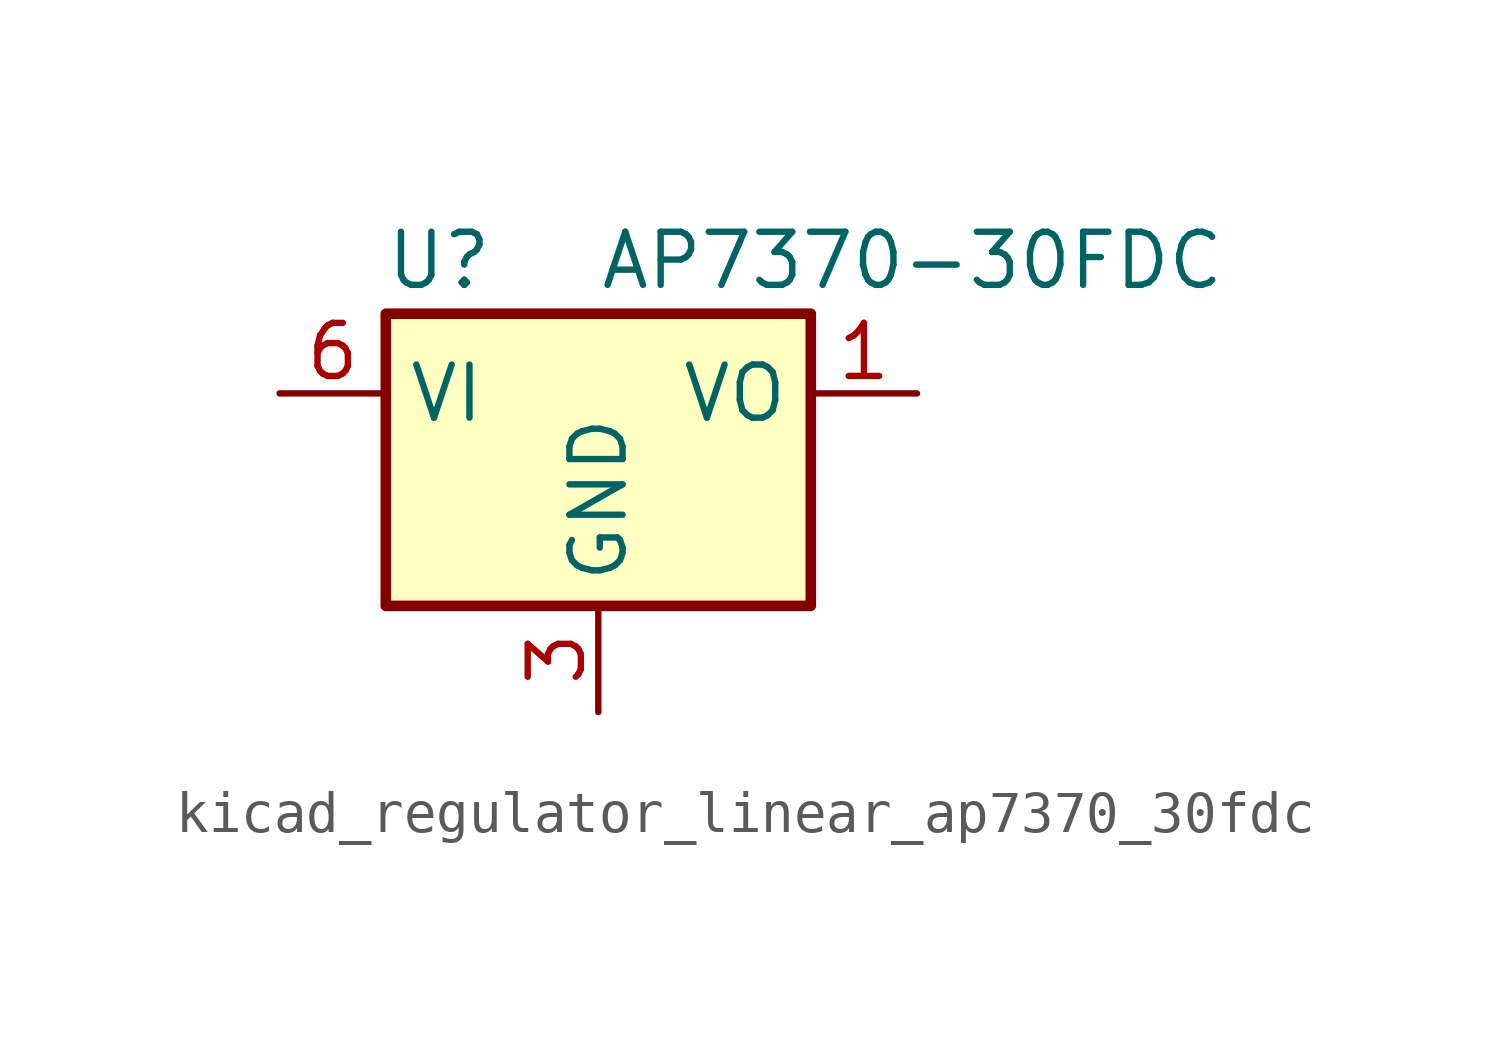
<source format=kicad_sym>
(kicad_symbol_lib
  (version 20220914)
  (generator kicad_symbol_editor)
  (symbol "kicad_regulator_linear_ap7370_30fdc"
    (property "Reference" "U"
      (at -3.81 3.175 0)
      (effects (font (size 1.27 1.27))))
    (property "Value" "AP7370-30FDC"
      (at 0 3.175 0)
      (effects (font (size 1.27 1.27)) (justify left)))
    (symbol "kicad_regulator_linear_ap7370_30fdc_0_1"
      (rectangle (start -5.08 -5.08) (end 5.08 1.905) (stroke (width 0.254) (type default)) (fill (type background))))
    (symbol "kicad_regulator_linear_ap7370_30fdc_1_1"
      (pin power_out line (at 7.62 0 180) (length 2.54) (name "VO" (effects (font (size 1.27 1.27)))) (number "1" (effects (font (size 1.27 1.27)))))
      (pin no_connect line (at -5.08 -2.54 0) (length 2.54) hide (name "NC" (effects (font (size 1.27 1.27)))) (number "2" (effects (font (size 1.27 1.27)))))
      (pin power_in line (at 0 -7.62 90) (length 2.54) (name "GND" (effects (font (size 1.27 1.27)))) (number "3" (effects (font (size 1.27 1.27)))))
      (pin no_connect line (at 5.08 -2.54 180) (length 2.54) hide (name "NC" (effects (font (size 1.27 1.27)))) (number "4" (effects (font (size 1.27 1.27)))))
      (pin no_connect line (at -5.08 -5.08 0) (length 2.54) hide (name "NC" (effects (font (size 1.27 1.27)))) (number "5" (effects (font (size 1.27 1.27)))))
      (pin power_in line (at -7.62 0 0) (length 2.54) (name "VI" (effects (font (size 1.27 1.27)))) (number "6" (effects (font (size 1.27 1.27)))))
      (pin passive line (at 0 -7.62 90) (length 2.54) hide (name "GND" (effects (font (size 1.27 1.27)))) (number "7" (effects (font (size 1.27 1.27))))))))
</source>
